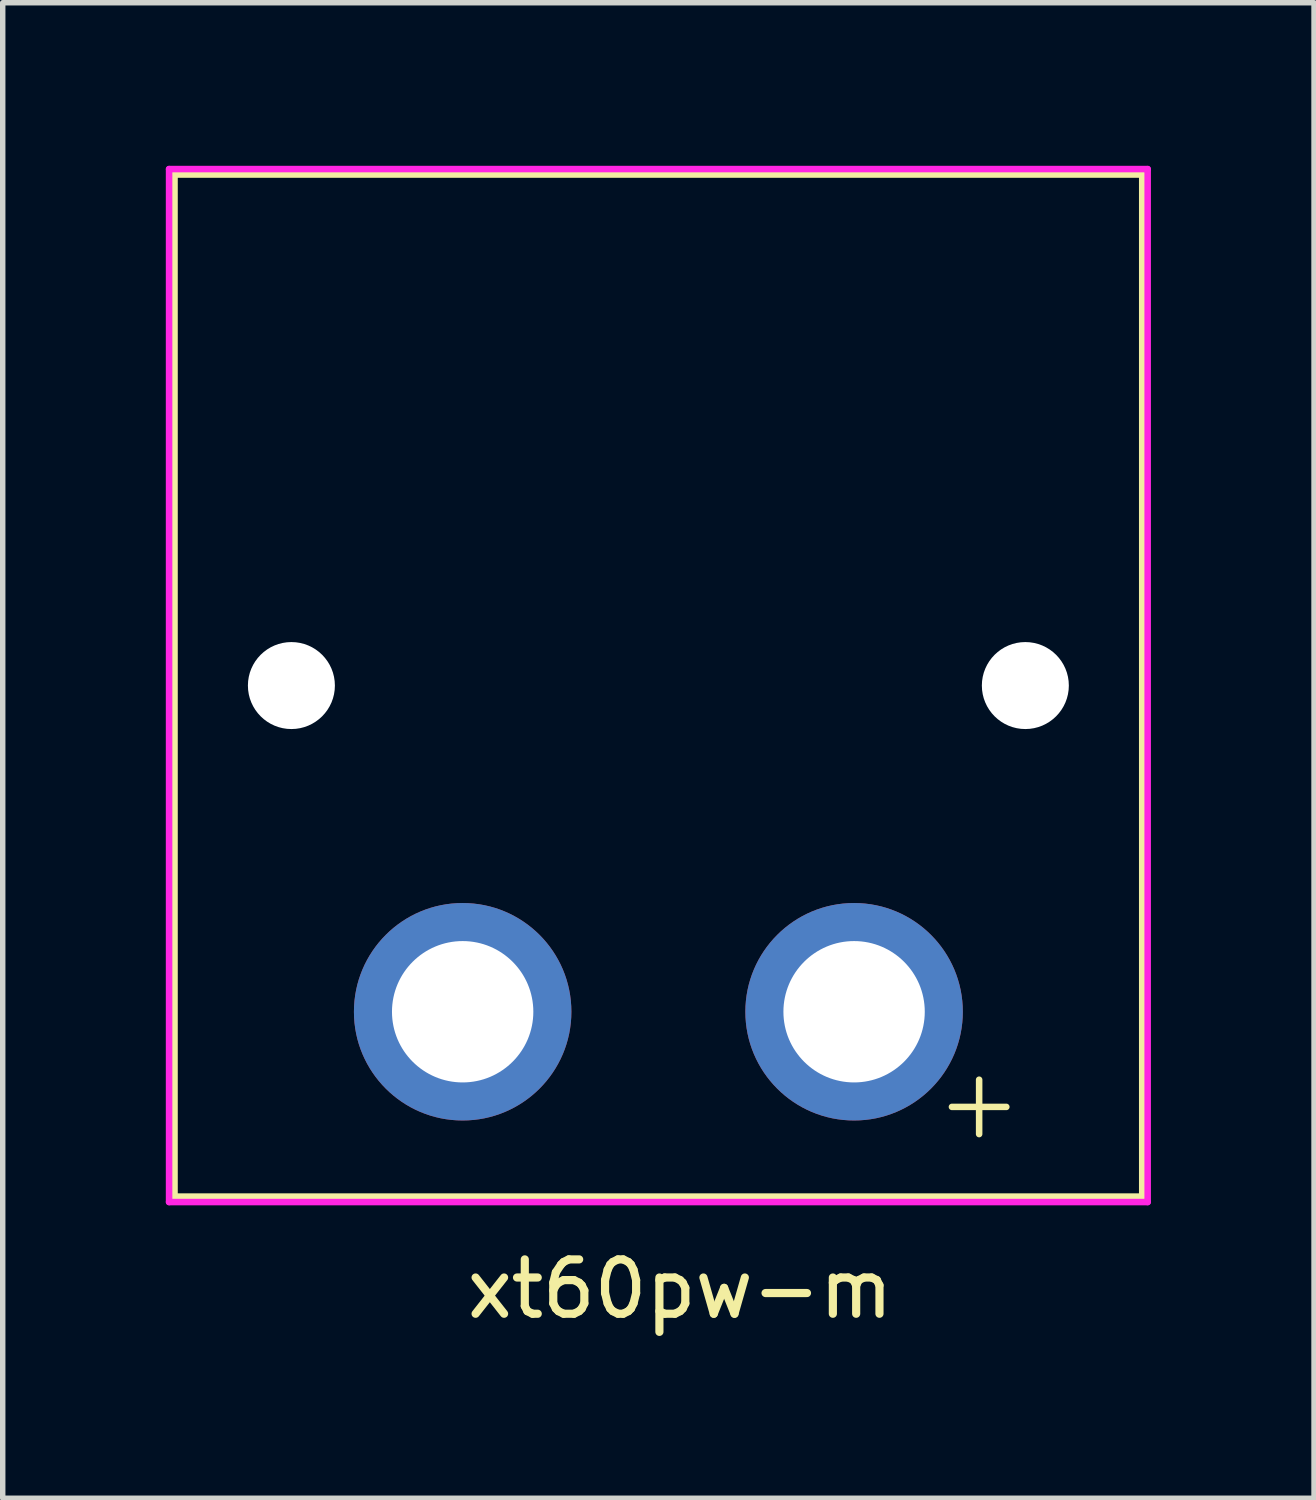
<source format=kicad_pcb>
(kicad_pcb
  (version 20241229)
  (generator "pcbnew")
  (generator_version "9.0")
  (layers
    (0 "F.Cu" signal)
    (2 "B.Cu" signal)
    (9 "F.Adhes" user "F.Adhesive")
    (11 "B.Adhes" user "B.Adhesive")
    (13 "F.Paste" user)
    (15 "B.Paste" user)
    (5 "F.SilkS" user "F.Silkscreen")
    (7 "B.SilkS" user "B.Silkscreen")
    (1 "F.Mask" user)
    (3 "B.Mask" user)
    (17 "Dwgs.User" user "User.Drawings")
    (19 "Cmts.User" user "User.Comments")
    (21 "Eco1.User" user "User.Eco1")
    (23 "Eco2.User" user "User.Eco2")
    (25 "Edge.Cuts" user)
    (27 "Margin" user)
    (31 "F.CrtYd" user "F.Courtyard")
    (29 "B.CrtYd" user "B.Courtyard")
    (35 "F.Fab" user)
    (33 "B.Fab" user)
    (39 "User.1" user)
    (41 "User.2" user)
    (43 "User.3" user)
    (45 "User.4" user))
  (footprint "xt60pw-m"
    (layer "F.Cu")
    (at 9.06 15.56)
    (property "Reference" "xt60pw-m" (at 0.4 5.1 0) (layer "F.SilkS") (effects (font (size 1 1) (thickness 0.15))))
    (attr through_hole)
    (fp_line (start -8.9 -15.4) (end -8.9 3.4) (stroke (width 0.12) (type solid)) (layer "F.SilkS"))
    (fp_line (start -8.9 3.4) (end 8.9 3.4) (stroke (width 0.12) (type solid)) (layer "F.SilkS"))
    (fp_line (start 5.4 1.75) (end 6.4 1.75) (stroke (width 0.12) (type solid)) (layer "F.SilkS"))
    (fp_line (start 5.9 1.25) (end 5.9 2.25) (stroke (width 0.12) (type solid)) (layer "F.SilkS"))
    (fp_line (start 8.9 -15.4) (end -8.9 -15.4) (stroke (width 0.12) (type solid)) (layer "F.SilkS"))
    (fp_line (start 8.9 3.4) (end 8.9 -15.4) (stroke (width 0.12) (type solid)) (layer "F.SilkS"))
    (fp_line (start -9 3.5) (end -9 -15.5) (stroke (width 0.12) (type solid)) (layer "F.CrtYd"))
    (fp_line (start -9 3.5) (end 9 3.5) (stroke (width 0.12) (type solid)) (layer "F.CrtYd"))
    (fp_line (start 9 -15.5) (end -9 -15.5) (stroke (width 0.12) (type solid)) (layer "F.CrtYd"))
    (fp_line (start 9 3.5) (end 9 -15.5) (stroke (width 0.12) (type solid)) (layer "F.CrtYd"))
    (pad "" np_thru_hole circle (at -6.75 -6) (size 1.6 1.6) (drill 1.6) (layers "*.Cu" "*.Mask"))
    (pad "" np_thru_hole circle (at 6.75 -6) (size 1.6 1.6) (drill 1.6) (layers "*.Cu" "*.Mask"))
    (pad "1" thru_hole circle (at -3.6 0) (size 4 4) (drill 2.6) (layers "*.Cu" "*.Mask"))
    (pad "2" thru_hole circle (at 3.6 0) (size 4 4) (drill 2.6) (layers "*.Cu" "*.Mask")))
  (gr_rect
    (start -3 -3)
    (end 21.12 24.508)
    (stroke (width 0.1) (type default))
    (fill no)
    (layer "Edge.Cuts")))
</source>
